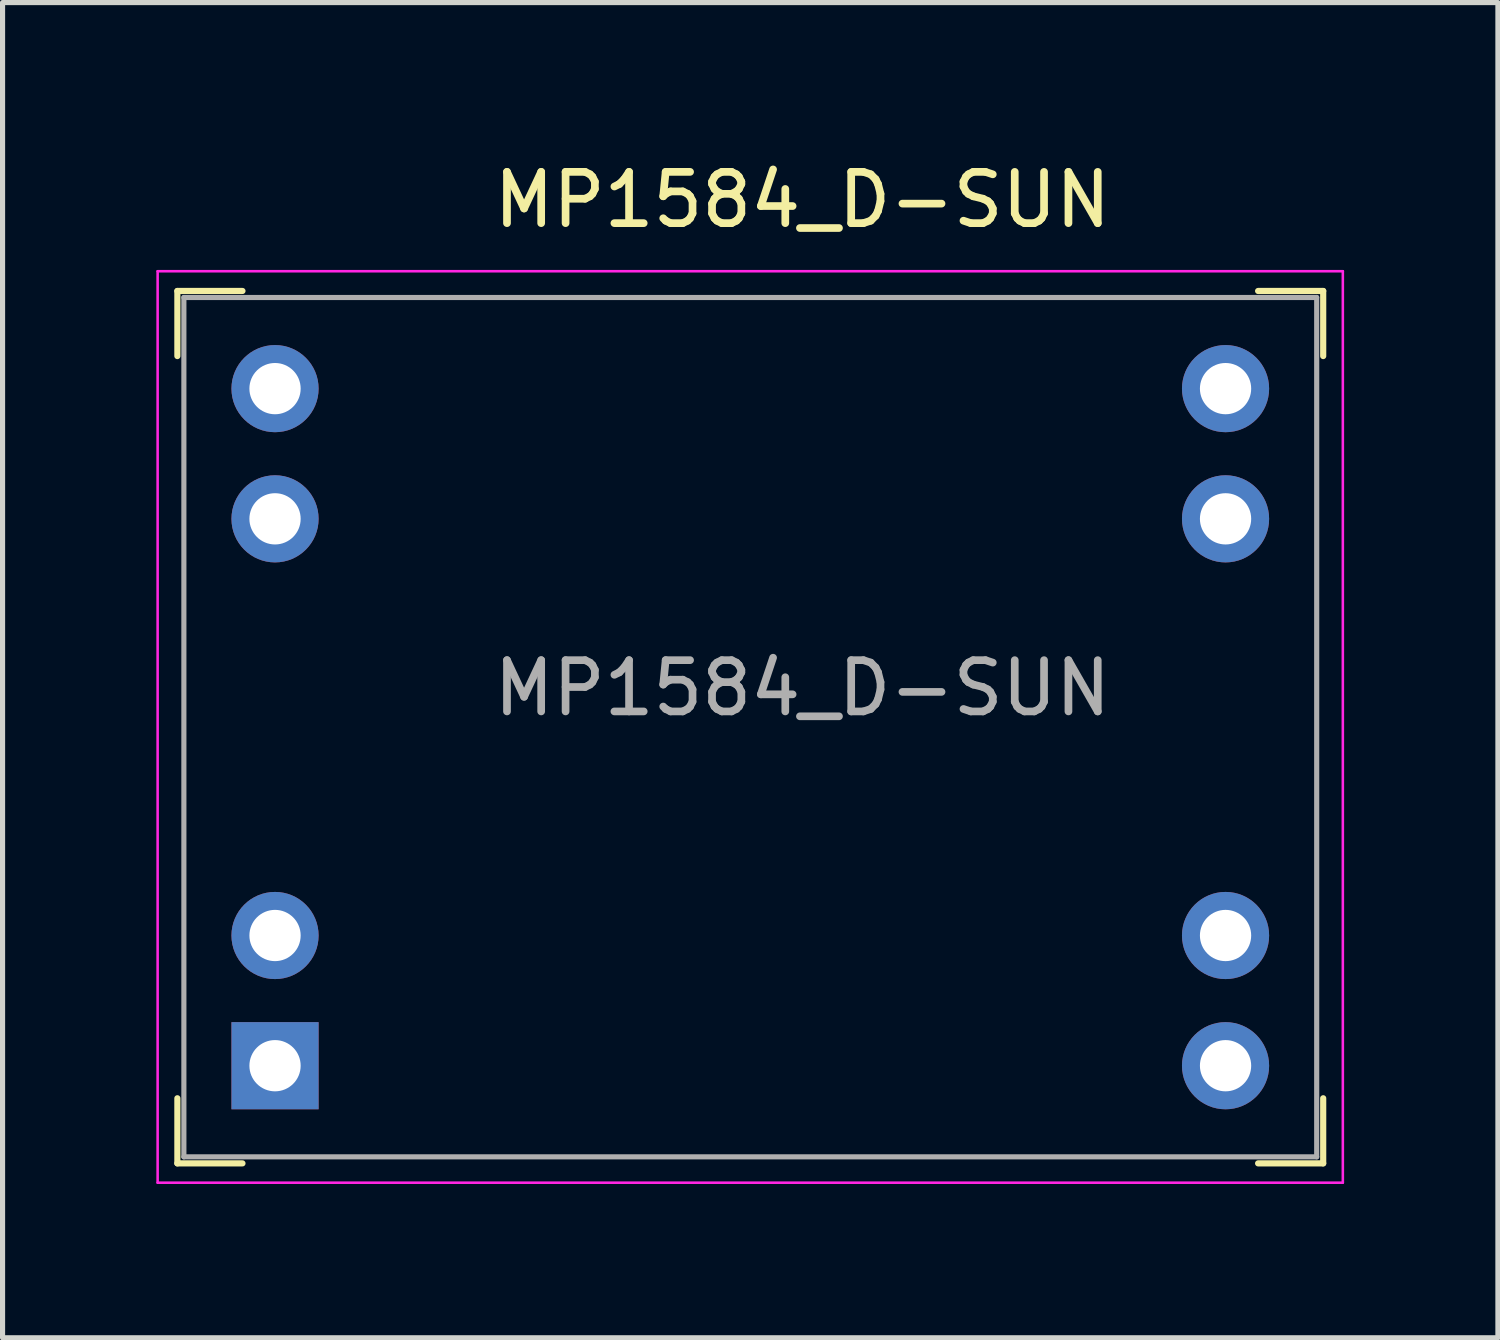
<source format=kicad_pcb>
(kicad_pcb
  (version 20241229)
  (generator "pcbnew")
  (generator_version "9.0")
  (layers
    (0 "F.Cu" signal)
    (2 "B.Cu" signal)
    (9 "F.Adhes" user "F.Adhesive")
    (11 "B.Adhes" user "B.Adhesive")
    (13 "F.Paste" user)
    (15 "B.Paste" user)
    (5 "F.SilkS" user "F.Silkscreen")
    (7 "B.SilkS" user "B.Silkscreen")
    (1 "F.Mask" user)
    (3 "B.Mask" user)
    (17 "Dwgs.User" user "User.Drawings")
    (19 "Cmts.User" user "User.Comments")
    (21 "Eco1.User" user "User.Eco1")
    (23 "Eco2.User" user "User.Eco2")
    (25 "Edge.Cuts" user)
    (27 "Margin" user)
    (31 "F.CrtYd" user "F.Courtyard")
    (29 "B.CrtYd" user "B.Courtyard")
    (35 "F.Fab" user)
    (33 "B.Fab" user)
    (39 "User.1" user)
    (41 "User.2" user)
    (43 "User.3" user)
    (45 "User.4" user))
  (footprint "MP1584_D-SUN"
    (layer "F.Cu")
    (at 2.315 4.531)
    (property "Reference" "MP1584_D-SUN" (at 10.287 -3.683 0) (layer "F.SilkS") (effects (font (size 1 1) (thickness 0.15))))
    (attr through_hole)
    (fp_line (start -1.905 -1.905) (end -0.635 -1.905) (stroke (width 0.12) (type solid)) (layer "F.SilkS"))
    (fp_line (start -1.905 -0.635) (end -1.905 -1.905) (stroke (width 0.12) (type solid)) (layer "F.SilkS"))
    (fp_line (start -1.905 15.113) (end -1.905 13.843) (stroke (width 0.12) (type solid)) (layer "F.SilkS"))
    (fp_line (start -0.635 15.113) (end -1.905 15.113) (stroke (width 0.12) (type solid)) (layer "F.SilkS"))
    (fp_line (start 19.177 -1.905) (end 20.447 -1.905) (stroke (width 0.12) (type solid)) (layer "F.SilkS"))
    (fp_line (start 20.447 -1.905) (end 20.447 -0.635) (stroke (width 0.12) (type solid)) (layer "F.SilkS"))
    (fp_line (start 20.447 13.843) (end 20.447 15.113) (stroke (width 0.12) (type solid)) (layer "F.SilkS"))
    (fp_line (start 20.447 15.113) (end 19.177 15.113) (stroke (width 0.12) (type solid)) (layer "F.SilkS"))
    (fp_line (start -2.29 -2.29) (end -2.29 15.49) (stroke (width 0.05) (type solid)) (layer "F.CrtYd"))
    (fp_line (start -2.29 15.49) (end 20.83 15.49) (stroke (width 0.05) (type solid)) (layer "F.CrtYd"))
    (fp_line (start 20.83 -2.29) (end -2.29 -2.29) (stroke (width 0.05) (type solid)) (layer "F.CrtYd"))
    (fp_line (start 20.83 15.49) (end 20.83 -2.29) (stroke (width 0.05) (type solid)) (layer "F.CrtYd"))
    (fp_line (start -1.778 -1.778) (end -1.778 14.986) (stroke (width 0.1) (type solid)) (layer "F.Fab"))
    (fp_line (start -1.778 14.986) (end 20.32 14.986) (stroke (width 0.1) (type solid)) (layer "F.Fab"))
    (fp_line (start 20.32 -1.778) (end -1.778 -1.778) (stroke (width 0.1) (type solid)) (layer "F.Fab"))
    (fp_line (start 20.32 14.986) (end 20.32 -1.778) (stroke (width 0.1) (type solid)) (layer "F.Fab"))
    (fp_text user "${REFERENCE}" (at 10.287 5.842 0) (layer "F.Fab") (effects (font (size 1 1) (thickness 0.15))))
    (pad "1" thru_hole rect (at 0 13.208) (size 1.7 1.7) (drill 1) (layers "*.Cu" "*.Mask"))
    (pad "2" thru_hole circle (at 0 10.668) (size 1.7 1.7) (drill 1) (layers "*.Cu" "*.Mask"))
    (pad "3" thru_hole circle (at 0 2.54) (size 1.7 1.7) (drill 1) (layers "*.Cu" "*.Mask"))
    (pad "4" thru_hole circle (at 0 0) (size 1.7 1.7) (drill 1) (layers "*.Cu" "*.Mask"))
    (pad "5" thru_hole circle (at 18.542 13.208) (size 1.7 1.7) (drill 1) (layers "*.Cu" "*.Mask"))
    (pad "6" thru_hole circle (at 18.542 10.668) (size 1.7 1.7) (drill 1) (layers "*.Cu" "*.Mask"))
    (pad "7" thru_hole circle (at 18.542 2.54) (size 1.7 1.7) (drill 1) (layers "*.Cu" "*.Mask"))
    (pad "8" thru_hole circle (at 18.542 0) (size 1.7 1.7) (drill 1) (layers "*.Cu" "*.Mask")))
  (gr_rect
    (start -3 -3)
    (end 26.17 23.046)
    (stroke (width 0.1) (type default))
    (fill no)
    (layer "Edge.Cuts")))
</source>
